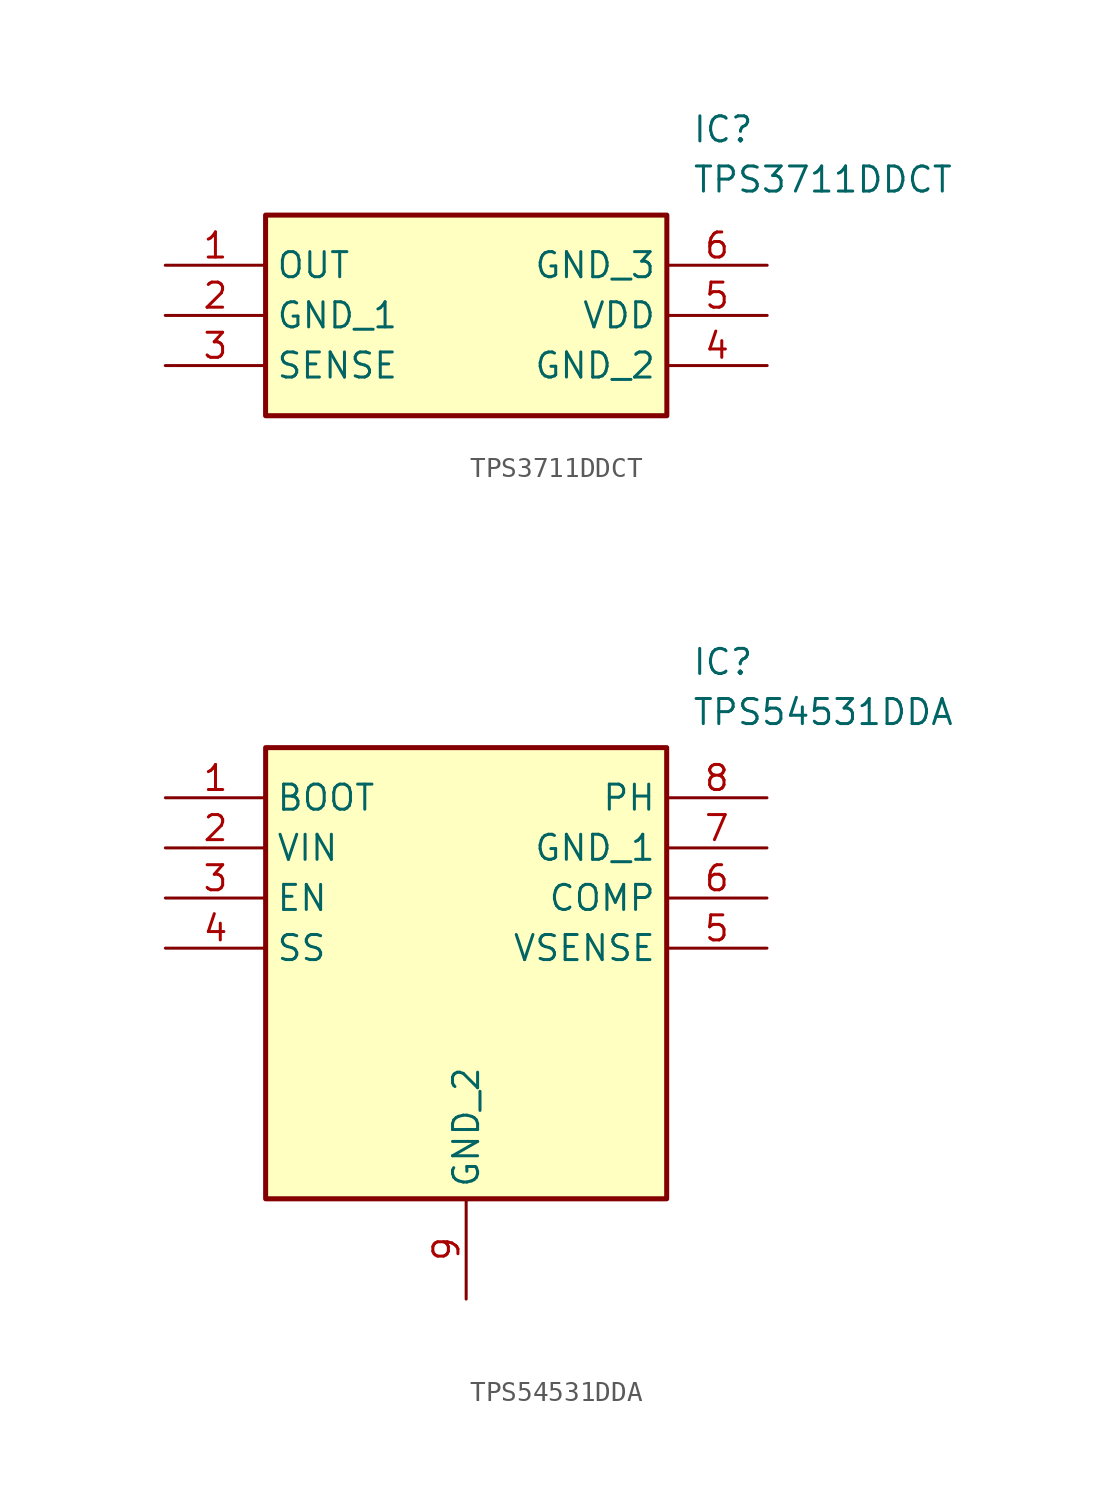
<source format=kicad_sym>
(kicad_symbol_lib
  (version 20220914)
  (generator SamacSys_ECAD_Model)
  (symbol "TPS3711DDCT"
    (property "Reference" "IC"
      (at 26.67 7.62 0)
      (effects (font (size 1.27 1.27)) (justify left top)))
    (property "Value" "TPS3711DDCT"
      (at 26.67 5.08 0)
      (effects (font (size 1.27 1.27)) (justify left top)))
    (rectangle
      (start 5.08 2.54)
      (end 25.4 -7.62)
      (stroke (width 0.254) (type default))
      (fill (type background)))
    (pin passive line
      (at 0 0 0)
      (length 5.08)
      (name "OUT" (effects (font (size 1.27 1.27))))
      (number "1" (effects (font (size 1.27 1.27)))))
    (pin passive line
      (at 0 -2.54 0)
      (length 5.08)
      (name "GND_1" (effects (font (size 1.27 1.27))))
      (number "2" (effects (font (size 1.27 1.27)))))
    (pin passive line
      (at 0 -5.08 0)
      (length 5.08)
      (name "SENSE" (effects (font (size 1.27 1.27))))
      (number "3" (effects (font (size 1.27 1.27)))))
    (pin passive line
      (at 30.48 0 180)
      (length 5.08)
      (name "GND_3" (effects (font (size 1.27 1.27))))
      (number "6" (effects (font (size 1.27 1.27)))))
    (pin passive line
      (at 30.48 -2.54 180)
      (length 5.08)
      (name "VDD" (effects (font (size 1.27 1.27))))
      (number "5" (effects (font (size 1.27 1.27)))))
    (pin passive line
      (at 30.48 -5.08 180)
      (length 5.08)
      (name "GND_2" (effects (font (size 1.27 1.27))))
      (number "4" (effects (font (size 1.27 1.27))))))
  (symbol "TPS54531DDA"
    (property "Reference" "IC"
      (at 26.67 7.62 0)
      (effects (font (size 1.27 1.27)) (justify left top)))
    (property "Value" "TPS54531DDA"
      (at 26.67 5.08 0)
      (effects (font (size 1.27 1.27)) (justify left top)))
    (rectangle
      (start 5.08 2.54)
      (end 25.4 -20.32)
      (stroke (width 0.254) (type default))
      (fill (type background)))
    (pin passive line
      (at 0 0 0)
      (length 5.08)
      (name "BOOT" (effects (font (size 1.27 1.27))))
      (number "1" (effects (font (size 1.27 1.27)))))
    (pin passive line
      (at 0 -2.54 0)
      (length 5.08)
      (name "VIN" (effects (font (size 1.27 1.27))))
      (number "2" (effects (font (size 1.27 1.27)))))
    (pin passive line
      (at 0 -5.08 0)
      (length 5.08)
      (name "EN" (effects (font (size 1.27 1.27))))
      (number "3" (effects (font (size 1.27 1.27)))))
    (pin passive line
      (at 0 -7.62 0)
      (length 5.08)
      (name "SS" (effects (font (size 1.27 1.27))))
      (number "4" (effects (font (size 1.27 1.27)))))
    (pin passive line
      (at 15.24 -25.4 90)
      (length 5.08)
      (name "GND_2" (effects (font (size 1.27 1.27))))
      (number "9" (effects (font (size 1.27 1.27)))))
    (pin passive line
      (at 30.48 0 180)
      (length 5.08)
      (name "PH" (effects (font (size 1.27 1.27))))
      (number "8" (effects (font (size 1.27 1.27)))))
    (pin passive line
      (at 30.48 -2.54 180)
      (length 5.08)
      (name "GND_1" (effects (font (size 1.27 1.27))))
      (number "7" (effects (font (size 1.27 1.27)))))
    (pin passive line
      (at 30.48 -5.08 180)
      (length 5.08)
      (name "COMP" (effects (font (size 1.27 1.27))))
      (number "6" (effects (font (size 1.27 1.27)))))
    (pin passive line
      (at 30.48 -7.62 180)
      (length 5.08)
      (name "VSENSE" (effects (font (size 1.27 1.27))))
      (number "5" (effects (font (size 1.27 1.27)))))))
</source>
